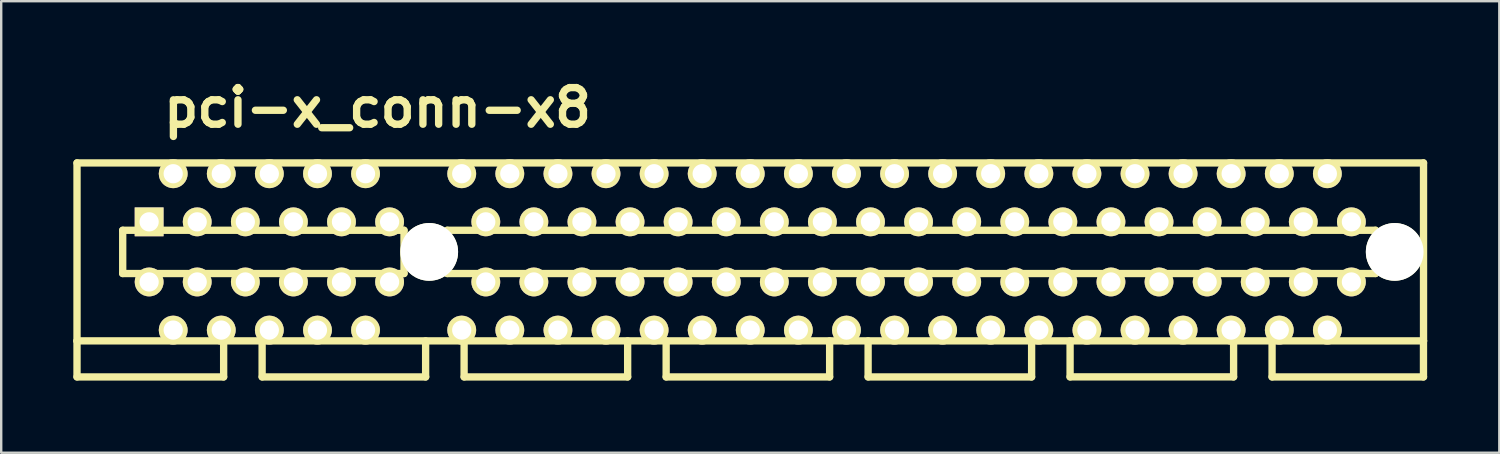
<source format=kicad_pcb>
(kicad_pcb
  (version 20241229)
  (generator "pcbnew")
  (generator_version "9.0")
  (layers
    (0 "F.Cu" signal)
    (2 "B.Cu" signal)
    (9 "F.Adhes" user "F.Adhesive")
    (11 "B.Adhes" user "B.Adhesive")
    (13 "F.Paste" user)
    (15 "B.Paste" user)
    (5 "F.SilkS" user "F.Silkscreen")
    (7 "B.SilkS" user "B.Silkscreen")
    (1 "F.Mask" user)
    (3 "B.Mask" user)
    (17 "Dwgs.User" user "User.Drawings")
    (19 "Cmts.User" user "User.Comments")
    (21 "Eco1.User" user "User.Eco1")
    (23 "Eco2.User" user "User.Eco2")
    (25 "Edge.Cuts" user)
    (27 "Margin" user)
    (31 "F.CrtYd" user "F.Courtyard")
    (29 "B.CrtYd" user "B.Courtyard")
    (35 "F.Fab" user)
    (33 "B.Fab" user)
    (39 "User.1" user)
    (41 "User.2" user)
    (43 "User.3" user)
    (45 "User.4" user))
  (footprint "pci-x_conn-x8"
    (layer "F.Cu")
    (at 12.652 7.426)
    (property "Reference" "pci-x_conn-x8" (at 0 -5.999 0) (layer "F.SilkS") (effects (font (size 1.524 1.524) (thickness 0.305))))
    (attr through_hole)
    (fp_line (start -12.499 -3.701) (end -12.499 3.701) (stroke (width 0.305) (type solid)) (layer "F.SilkS"))
    (fp_line (start -12.499 3.701) (end -12.499 5.199) (stroke (width 0.305) (type solid)) (layer "F.SilkS"))
    (fp_line (start -12.499 3.701) (end 43.5 3.701) (stroke (width 0.305) (type solid)) (layer "F.SilkS"))
    (fp_line (start -10.599 -0.899) (end -10.599 0.899) (stroke (width 0.305) (type solid)) (layer "F.SilkS"))
    (fp_line (start -10.599 -0.899) (end 1.1 -0.899) (stroke (width 0.305) (type solid)) (layer "F.SilkS"))
    (fp_line (start -6.401 5.199) (end -12.499 5.199) (stroke (width 0.305) (type solid)) (layer "F.SilkS"))
    (fp_line (start -6.401 5.199) (end -6.401 3.701) (stroke (width 0.305) (type solid)) (layer "F.SilkS"))
    (fp_line (start -4.801 3.701) (end -4.801 5.199) (stroke (width 0.305) (type solid)) (layer "F.SilkS"))
    (fp_line (start -4.798 5.199) (end 2.002 5.199) (stroke (width 0.305) (type solid)) (layer "F.SilkS"))
    (fp_line (start 1.1 0.899) (end -10.599 0.899) (stroke (width 0.305) (type solid)) (layer "F.SilkS"))
    (fp_line (start 1.1 0.899) (end 1.1 -0.899) (stroke (width 0.305) (type solid)) (layer "F.SilkS"))
    (fp_line (start 1.999 5.199) (end 1.999 3.701) (stroke (width 0.305) (type solid)) (layer "F.SilkS"))
    (fp_line (start 2.901 0.899) (end 2.901 -0.899) (stroke (width 0.305) (type solid)) (layer "F.SilkS"))
    (fp_line (start 2.901 0.899) (end 41.501 0.899) (stroke (width 0.305) (type solid)) (layer "F.SilkS"))
    (fp_line (start 3.599 3.701) (end 3.599 5.199) (stroke (width 0.305) (type solid)) (layer "F.SilkS"))
    (fp_line (start 3.602 5.199) (end 10.401 5.199) (stroke (width 0.305) (type solid)) (layer "F.SilkS"))
    (fp_line (start 10.401 5.199) (end 10.401 3.701) (stroke (width 0.305) (type solid)) (layer "F.SilkS"))
    (fp_line (start 12.002 5.199) (end 12.002 3.701) (stroke (width 0.305) (type solid)) (layer "F.SilkS"))
    (fp_line (start 12.002 5.199) (end 18.801 5.199) (stroke (width 0.305) (type solid)) (layer "F.SilkS"))
    (fp_line (start 18.801 5.199) (end 18.801 3.701) (stroke (width 0.305) (type solid)) (layer "F.SilkS"))
    (fp_line (start 20.401 3.701) (end 20.401 5.199) (stroke (width 0.305) (type solid)) (layer "F.SilkS"))
    (fp_line (start 20.401 5.199) (end 27.201 5.199) (stroke (width 0.305) (type solid)) (layer "F.SilkS"))
    (fp_line (start 27.201 5.199) (end 27.201 3.701) (stroke (width 0.305) (type solid)) (layer "F.SilkS"))
    (fp_line (start 28.801 3.701) (end 28.801 5.199) (stroke (width 0.305) (type solid)) (layer "F.SilkS"))
    (fp_line (start 28.801 5.197) (end 35.601 5.197) (stroke (width 0.305) (type solid)) (layer "F.SilkS"))
    (fp_line (start 35.601 5.199) (end 35.601 3.701) (stroke (width 0.305) (type solid)) (layer "F.SilkS"))
    (fp_line (start 37.201 5.199) (end 37.201 3.701) (stroke (width 0.305) (type solid)) (layer "F.SilkS"))
    (fp_line (start 37.201 5.199) (end 43.5 5.199) (stroke (width 0.305) (type solid)) (layer "F.SilkS"))
    (fp_line (start 41.501 -0.899) (end 2.901 -0.899) (stroke (width 0.305) (type solid)) (layer "F.SilkS"))
    (fp_line (start 41.504 -0.899) (end 41.504 0.899) (stroke (width 0.305) (type solid)) (layer "F.SilkS"))
    (fp_line (start 43.498 5.199) (end 43.498 3.701) (stroke (width 0.305) (type solid)) (layer "F.SilkS"))
    (fp_line (start 43.5 -3.701) (end -12.499 -3.701) (stroke (width 0.305) (type solid)) (layer "F.SilkS"))
    (fp_line (start 43.5 3.701) (end 43.5 -3.701) (stroke (width 0.305) (type solid)) (layer "F.SilkS"))
    (pad "" np_thru_hole circle (at 2.149 0) (size 2.4 2.4) (drill 2.4) (layers "*.Cu" "F.SilkS"))
    (pad "" np_thru_hole circle (at 42.301 0) (size 2.4 2.4) (drill 2.4) (layers "*.Cu" "F.SilkS"))
    (pad "A1" thru_hole rect (at -9.5 -1.25) (size 1.199 1.199) (drill 0.8) (layers "*.Cu" "*.Mask" "F.SilkS"))
    (pad "A2" thru_hole circle (at -8.499 -3.251) (size 1.199 1.199) (drill 0.8) (layers "*.Cu" "*.Mask" "F.SilkS"))
    (pad "A3" thru_hole circle (at -7.501 -1.25) (size 1.199 1.199) (drill 0.8) (layers "*.Cu" "*.Mask" "F.SilkS"))
    (pad "A4" thru_hole circle (at -6.5 -3.251) (size 1.199 1.199) (drill 0.8) (layers "*.Cu" "*.Mask" "F.SilkS"))
    (pad "A5" thru_hole circle (at -5.499 -1.25) (size 1.199 1.199) (drill 0.8) (layers "*.Cu" "*.Mask" "F.SilkS"))
    (pad "A6" thru_hole circle (at -4.501 -3.251) (size 1.199 1.199) (drill 0.8) (layers "*.Cu" "*.Mask" "F.SilkS"))
    (pad "A7" thru_hole circle (at -3.5 -1.25) (size 1.199 1.199) (drill 0.8) (layers "*.Cu" "*.Mask" "F.SilkS"))
    (pad "A8" thru_hole circle (at -2.499 -3.251) (size 1.199 1.199) (drill 0.8) (layers "*.Cu" "*.Mask" "F.SilkS"))
    (pad "A9" thru_hole circle (at -1.501 -1.25) (size 1.199 1.199) (drill 0.8) (layers "*.Cu" "*.Mask" "F.SilkS"))
    (pad "A10" thru_hole circle (at -0.5 -3.251) (size 1.199 1.199) (drill 0.8) (layers "*.Cu" "*.Mask" "F.SilkS"))
    (pad "A11" thru_hole circle (at 0.5 -1.25) (size 1.199 1.199) (drill 0.8) (layers "*.Cu" "*.Mask" "F.SilkS"))
    (pad "A12" thru_hole circle (at 3.5 -3.251) (size 1.199 1.199) (drill 0.8) (layers "*.Cu" "*.Mask" "F.SilkS"))
    (pad "A13" thru_hole circle (at 4.501 -1.25) (size 1.199 1.199) (drill 0.8) (layers "*.Cu" "*.Mask" "F.SilkS"))
    (pad "A14" thru_hole circle (at 5.499 -3.251) (size 1.199 1.199) (drill 0.8) (layers "*.Cu" "*.Mask" "F.SilkS"))
    (pad "A15" thru_hole circle (at 6.5 -1.25) (size 1.199 1.199) (drill 0.8) (layers "*.Cu" "*.Mask" "F.SilkS"))
    (pad "A16" thru_hole circle (at 7.501 -3.251) (size 1.199 1.199) (drill 0.8) (layers "*.Cu" "*.Mask" "F.SilkS"))
    (pad "A17" thru_hole circle (at 8.499 -1.25) (size 1.199 1.199) (drill 0.8) (layers "*.Cu" "*.Mask" "F.SilkS"))
    (pad "A18" thru_hole circle (at 9.5 -3.251) (size 1.199 1.199) (drill 0.8) (layers "*.Cu" "*.Mask" "F.SilkS"))
    (pad "A19" thru_hole circle (at 10.5 -1.25) (size 1.199 1.199) (drill 0.8) (layers "*.Cu" "*.Mask" "F.SilkS"))
    (pad "A20" thru_hole circle (at 11.501 -3.251) (size 1.199 1.199) (drill 0.8) (layers "*.Cu" "*.Mask" "F.SilkS"))
    (pad "A21" thru_hole circle (at 12.499 -1.25) (size 1.199 1.199) (drill 0.8) (layers "*.Cu" "*.Mask" "F.SilkS"))
    (pad "A22" thru_hole circle (at 13.5 -3.251) (size 1.199 1.199) (drill 0.8) (layers "*.Cu" "*.Mask" "F.SilkS"))
    (pad "A23" thru_hole circle (at 14.501 -1.25) (size 1.199 1.199) (drill 0.8) (layers "*.Cu" "*.Mask" "F.SilkS"))
    (pad "A24" thru_hole circle (at 15.499 -3.251) (size 1.199 1.199) (drill 0.8) (layers "*.Cu" "*.Mask" "F.SilkS"))
    (pad "A25" thru_hole circle (at 16.5 -1.25) (size 1.199 1.199) (drill 0.8) (layers "*.Cu" "*.Mask" "F.SilkS"))
    (pad "A26" thru_hole circle (at 17.501 -3.251) (size 1.199 1.199) (drill 0.8) (layers "*.Cu" "*.Mask" "F.SilkS"))
    (pad "A27" thru_hole circle (at 18.499 -1.25) (size 1.199 1.199) (drill 0.8) (layers "*.Cu" "*.Mask" "F.SilkS"))
    (pad "A28" thru_hole circle (at 19.5 -3.251) (size 1.199 1.199) (drill 0.8) (layers "*.Cu" "*.Mask" "F.SilkS"))
    (pad "A29" thru_hole circle (at 20.5 -1.25) (size 1.199 1.199) (drill 0.8) (layers "*.Cu" "*.Mask" "F.SilkS"))
    (pad "A30" thru_hole circle (at 21.501 -3.251) (size 1.199 1.199) (drill 0.8) (layers "*.Cu" "*.Mask" "F.SilkS"))
    (pad "A31" thru_hole circle (at 22.499 -1.25) (size 1.199 1.199) (drill 0.8) (layers "*.Cu" "*.Mask" "F.SilkS"))
    (pad "A32" thru_hole circle (at 23.5 -3.251) (size 1.199 1.199) (drill 0.8) (layers "*.Cu" "*.Mask" "F.SilkS"))
    (pad "A33" thru_hole circle (at 24.501 -1.25) (size 1.199 1.199) (drill 0.8) (layers "*.Cu" "*.Mask" "F.SilkS"))
    (pad "A34" thru_hole circle (at 25.499 -3.251) (size 1.199 1.199) (drill 0.8) (layers "*.Cu" "*.Mask" "F.SilkS"))
    (pad "A35" thru_hole circle (at 26.5 -1.25) (size 1.199 1.199) (drill 0.8) (layers "*.Cu" "*.Mask" "F.SilkS"))
    (pad "A36" thru_hole circle (at 27.501 -3.251) (size 1.199 1.199) (drill 0.8) (layers "*.Cu" "*.Mask" "F.SilkS"))
    (pad "A37" thru_hole circle (at 28.499 -1.25) (size 1.199 1.199) (drill 0.8) (layers "*.Cu" "*.Mask" "F.SilkS"))
    (pad "A38" thru_hole circle (at 29.5 -3.251) (size 1.199 1.199) (drill 0.8) (layers "*.Cu" "*.Mask" "F.SilkS"))
    (pad "A39" thru_hole circle (at 30.5 -1.25) (size 1.199 1.199) (drill 0.8) (layers "*.Cu" "*.Mask" "F.SilkS"))
    (pad "A40" thru_hole circle (at 31.501 -3.251) (size 1.199 1.199) (drill 0.8) (layers "*.Cu" "*.Mask" "F.SilkS"))
    (pad "A41" thru_hole circle (at 32.499 -1.25) (size 1.199 1.199) (drill 0.8) (layers "*.Cu" "*.Mask" "F.SilkS"))
    (pad "A42" thru_hole circle (at 33.5 -3.251) (size 1.199 1.199) (drill 0.8) (layers "*.Cu" "*.Mask" "F.SilkS"))
    (pad "A43" thru_hole circle (at 34.501 -1.25) (size 1.199 1.199) (drill 0.8) (layers "*.Cu" "*.Mask" "F.SilkS"))
    (pad "A44" thru_hole circle (at 35.499 -3.251) (size 1.199 1.199) (drill 0.8) (layers "*.Cu" "*.Mask" "F.SilkS"))
    (pad "A45" thru_hole circle (at 36.5 -1.25) (size 1.199 1.199) (drill 0.8) (layers "*.Cu" "*.Mask" "F.SilkS"))
    (pad "A46" thru_hole circle (at 37.501 -3.251) (size 1.199 1.199) (drill 0.8) (layers "*.Cu" "*.Mask" "F.SilkS"))
    (pad "A47" thru_hole circle (at 38.499 -1.25) (size 1.199 1.199) (drill 0.8) (layers "*.Cu" "*.Mask" "F.SilkS"))
    (pad "A48" thru_hole circle (at 39.5 -3.251) (size 1.199 1.199) (drill 0.8) (layers "*.Cu" "*.Mask" "F.SilkS"))
    (pad "A49" thru_hole circle (at 40.5 -1.25) (size 1.199 1.199) (drill 0.8) (layers "*.Cu" "*.Mask" "F.SilkS"))
    (pad "B1" thru_hole circle (at -9.5 1.25) (size 1.199 1.199) (drill 0.8) (layers "*.Cu" "*.Mask" "F.SilkS"))
    (pad "B2" thru_hole circle (at -8.499 3.251) (size 1.199 1.199) (drill 0.8) (layers "*.Cu" "*.Mask" "F.SilkS"))
    (pad "B3" thru_hole circle (at -7.501 1.25) (size 1.199 1.199) (drill 0.8) (layers "*.Cu" "*.Mask" "F.SilkS"))
    (pad "B4" thru_hole circle (at -6.5 3.251) (size 1.199 1.199) (drill 0.8) (layers "*.Cu" "*.Mask" "F.SilkS"))
    (pad "B5" thru_hole circle (at -5.499 1.25) (size 1.199 1.199) (drill 0.8) (layers "*.Cu" "*.Mask" "F.SilkS"))
    (pad "B6" thru_hole circle (at -4.501 3.251) (size 1.199 1.199) (drill 0.8) (layers "*.Cu" "*.Mask" "F.SilkS"))
    (pad "B7" thru_hole circle (at -3.5 1.25) (size 1.199 1.199) (drill 0.8) (layers "*.Cu" "*.Mask" "F.SilkS"))
    (pad "B8" thru_hole circle (at -2.499 3.251) (size 1.199 1.199) (drill 0.8) (layers "*.Cu" "*.Mask" "F.SilkS"))
    (pad "B9" thru_hole circle (at -1.501 1.25) (size 1.199 1.199) (drill 0.8) (layers "*.Cu" "*.Mask" "F.SilkS"))
    (pad "B10" thru_hole circle (at -0.5 3.251) (size 1.199 1.199) (drill 0.8) (layers "*.Cu" "*.Mask" "F.SilkS"))
    (pad "B11" thru_hole circle (at 0.5 1.25) (size 1.199 1.199) (drill 0.8) (layers "*.Cu" "*.Mask" "F.SilkS"))
    (pad "B12" thru_hole circle (at 3.5 3.251) (size 1.199 1.199) (drill 0.8) (layers "*.Cu" "*.Mask" "F.SilkS"))
    (pad "B13" thru_hole circle (at 4.501 1.25) (size 1.199 1.199) (drill 0.8) (layers "*.Cu" "*.Mask" "F.SilkS"))
    (pad "B14" thru_hole circle (at 5.499 3.251) (size 1.199 1.199) (drill 0.8) (layers "*.Cu" "*.Mask" "F.SilkS"))
    (pad "B15" thru_hole circle (at 6.5 1.25) (size 1.199 1.199) (drill 0.8) (layers "*.Cu" "*.Mask" "F.SilkS"))
    (pad "B16" thru_hole circle (at 7.501 3.251) (size 1.199 1.199) (drill 0.8) (layers "*.Cu" "*.Mask" "F.SilkS"))
    (pad "B17" thru_hole circle (at 8.499 1.25) (size 1.199 1.199) (drill 0.8) (layers "*.Cu" "*.Mask" "F.SilkS"))
    (pad "B18" thru_hole circle (at 9.5 3.251) (size 1.199 1.199) (drill 0.8) (layers "*.Cu" "*.Mask" "F.SilkS"))
    (pad "B19" thru_hole circle (at 10.5 1.25) (size 1.199 1.199) (drill 0.8) (layers "*.Cu" "*.Mask" "F.SilkS"))
    (pad "B20" thru_hole circle (at 11.501 3.251) (size 1.199 1.199) (drill 0.8) (layers "*.Cu" "*.Mask" "F.SilkS"))
    (pad "B21" thru_hole circle (at 12.499 1.25) (size 1.199 1.199) (drill 0.8) (layers "*.Cu" "*.Mask" "F.SilkS"))
    (pad "B22" thru_hole circle (at 13.5 3.251) (size 1.199 1.199) (drill 0.8) (layers "*.Cu" "*.Mask" "F.SilkS"))
    (pad "B23" thru_hole circle (at 14.501 1.25) (size 1.199 1.199) (drill 0.8) (layers "*.Cu" "*.Mask" "F.SilkS"))
    (pad "B24" thru_hole circle (at 15.499 3.251) (size 1.199 1.199) (drill 0.8) (layers "*.Cu" "*.Mask" "F.SilkS"))
    (pad "B25" thru_hole circle (at 16.5 1.25) (size 1.199 1.199) (drill 0.8) (layers "*.Cu" "*.Mask" "F.SilkS"))
    (pad "B26" thru_hole circle (at 17.501 3.251) (size 1.199 1.199) (drill 0.8) (layers "*.Cu" "*.Mask" "F.SilkS"))
    (pad "B27" thru_hole circle (at 18.499 1.25) (size 1.199 1.199) (drill 0.8) (layers "*.Cu" "*.Mask" "F.SilkS"))
    (pad "B28" thru_hole circle (at 19.5 3.251) (size 1.199 1.199) (drill 0.8) (layers "*.Cu" "*.Mask" "F.SilkS"))
    (pad "B29" thru_hole circle (at 20.5 1.25) (size 1.199 1.199) (drill 0.8) (layers "*.Cu" "*.Mask" "F.SilkS"))
    (pad "B30" thru_hole circle (at 21.501 3.251) (size 1.199 1.199) (drill 0.8) (layers "*.Cu" "*.Mask" "F.SilkS"))
    (pad "B31" thru_hole circle (at 22.499 1.25) (size 1.199 1.199) (drill 0.8) (layers "*.Cu" "*.Mask" "F.SilkS"))
    (pad "B32" thru_hole circle (at 23.5 3.251) (size 1.199 1.199) (drill 0.8) (layers "*.Cu" "*.Mask" "F.SilkS"))
    (pad "B33" thru_hole circle (at 24.501 1.25) (size 1.199 1.199) (drill 0.8) (layers "*.Cu" "*.Mask" "F.SilkS"))
    (pad "B34" thru_hole circle (at 25.499 3.251) (size 1.199 1.199) (drill 0.8) (layers "*.Cu" "*.Mask" "F.SilkS"))
    (pad "B35" thru_hole circle (at 26.5 1.25) (size 1.199 1.199) (drill 0.8) (layers "*.Cu" "*.Mask" "F.SilkS"))
    (pad "B36" thru_hole circle (at 27.501 3.251) (size 1.199 1.199) (drill 0.8) (layers "*.Cu" "*.Mask" "F.SilkS"))
    (pad "B37" thru_hole circle (at 28.499 1.25) (size 1.199 1.199) (drill 0.8) (layers "*.Cu" "*.Mask" "F.SilkS"))
    (pad "B38" thru_hole circle (at 29.5 3.251) (size 1.199 1.199) (drill 0.8) (layers "*.Cu" "*.Mask" "F.SilkS"))
    (pad "B39" thru_hole circle (at 30.5 1.25) (size 1.199 1.199) (drill 0.8) (layers "*.Cu" "*.Mask" "F.SilkS"))
    (pad "B40" thru_hole circle (at 31.501 3.251) (size 1.199 1.199) (drill 0.8) (layers "*.Cu" "*.Mask" "F.SilkS"))
    (pad "B41" thru_hole circle (at 32.499 1.25) (size 1.199 1.199) (drill 0.8) (layers "*.Cu" "*.Mask" "F.SilkS"))
    (pad "B42" thru_hole circle (at 33.5 3.251) (size 1.199 1.199) (drill 0.8) (layers "*.Cu" "*.Mask" "F.SilkS"))
    (pad "B43" thru_hole circle (at 34.501 1.25) (size 1.199 1.199) (drill 0.8) (layers "*.Cu" "*.Mask" "F.SilkS"))
    (pad "B44" thru_hole circle (at 35.499 3.251) (size 1.199 1.199) (drill 0.8) (layers "*.Cu" "*.Mask" "F.SilkS"))
    (pad "B45" thru_hole circle (at 36.5 1.25) (size 1.199 1.199) (drill 0.8) (layers "*.Cu" "*.Mask" "F.SilkS"))
    (pad "B46" thru_hole circle (at 37.501 3.251) (size 1.199 1.199) (drill 0.8) (layers "*.Cu" "*.Mask" "F.SilkS"))
    (pad "B47" thru_hole circle (at 38.499 1.25) (size 1.199 1.199) (drill 0.8) (layers "*.Cu" "*.Mask" "F.SilkS"))
    (pad "B48" thru_hole circle (at 39.5 3.251) (size 1.199 1.199) (drill 0.8) (layers "*.Cu" "*.Mask" "F.SilkS"))
    (pad "B49" thru_hole circle (at 40.5 1.25) (size 1.199 1.199) (drill 0.8) (layers "*.Cu" "*.Mask" "F.SilkS")))
  (gr_rect
    (start -3 -3)
    (end 59.304 15.778)
    (stroke (width 0.1) (type default))
    (fill no)
    (layer "Edge.Cuts")))
</source>
